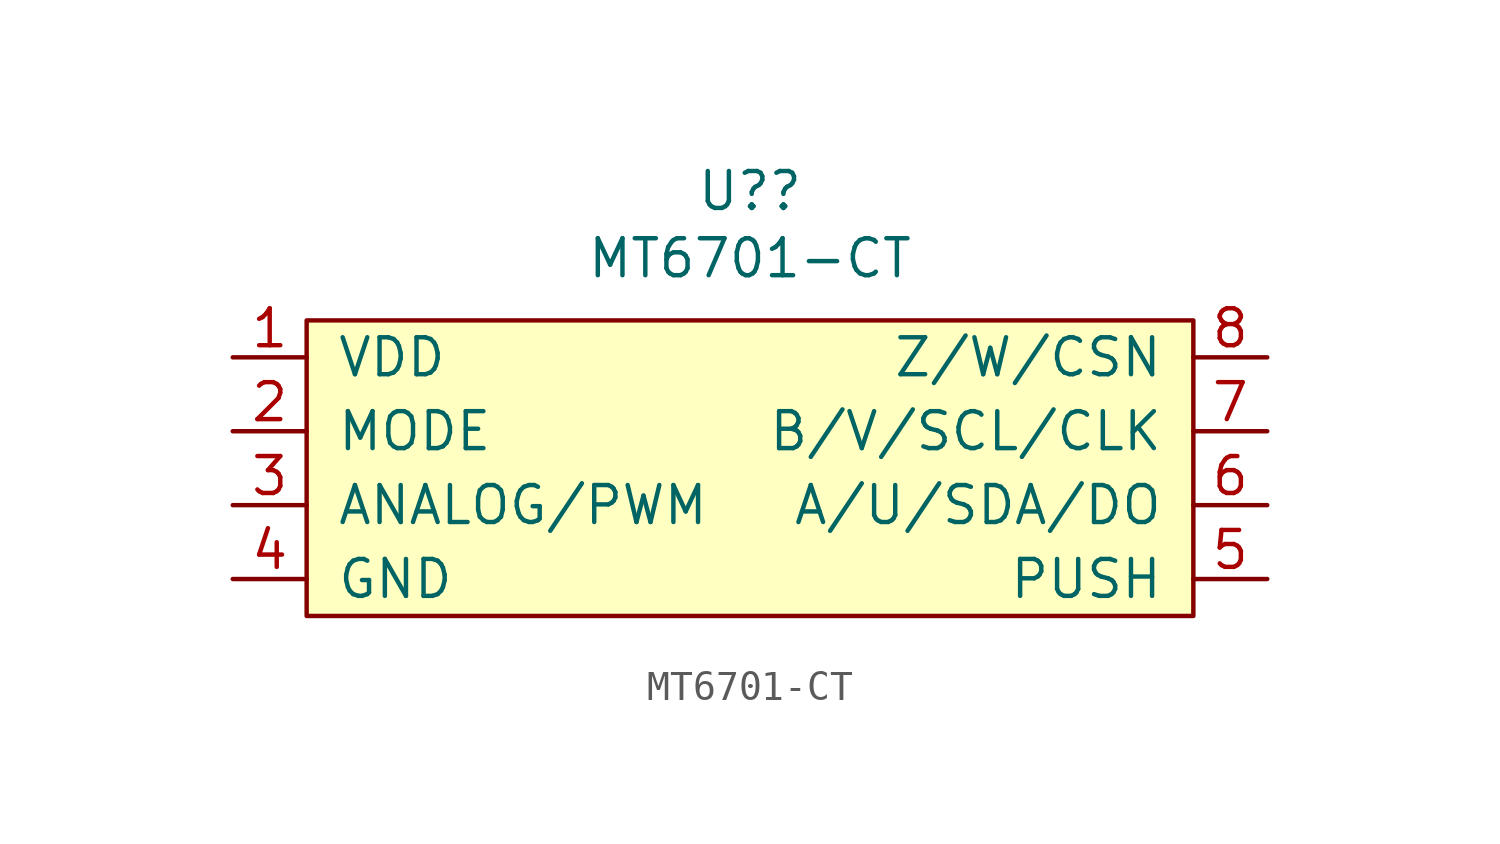
<source format=kicad_sym>
(kicad_symbol_lib
  (version 20211014)
  (generator kicad_symbol_editor)
  (symbol "MT6701-CT"
    (pin_names
      (offset 1.016))
    (property "Reference" "U?"
      (at 1.27 9.525 0)
      (effects (font (size 1.27 1.27))))
    (property "Value" "MT6701-CT"
      (at 1.27 7.214 0)
      (effects (font (size 1.27 1.27))))
    (symbol "MT6701-CT_0_1"
      (rectangle (start -13.97 5.08) (end 16.51 -5.08) (stroke (width 0) (type default) (color 0 0 0 0)) (fill (type background))))
    (symbol "MT6701-CT_1_1"
      (pin power_in line (at -16.51 3.81 0) (length 2.54) (name "VDD" (effects (font (size 1.27 1.27)))) (number "1" (effects (font (size 1.27 1.27)))))
      (pin input line (at -16.51 1.27 0) (length 2.54) (name "MODE" (effects (font (size 1.27 1.27)))) (number "2" (effects (font (size 1.27 1.27)))))
      (pin output line (at -16.51 -1.27 0) (length 2.54) (name "ANALOG/PWM" (effects (font (size 1.27 1.27)))) (number "3" (effects (font (size 1.27 1.27)))))
      (pin passive line (at -16.51 -3.81 0) (length 2.54) (name "GND" (effects (font (size 1.27 1.27)))) (number "4" (effects (font (size 1.27 1.27)))))
      (pin output line (at 19.05 -3.81 180) (length 2.54) (name "PUSH" (effects (font (size 1.27 1.27)))) (number "5" (effects (font (size 1.27 1.27)))))
      (pin bidirectional line (at 19.05 -1.27 180) (length 2.54) (name "A/U/SDA/DO" (effects (font (size 1.27 1.27)))) (number "6" (effects (font (size 1.27 1.27)))))
      (pin bidirectional line (at 19.05 1.27 180) (length 2.54) (name "B/V/SCL/CLK" (effects (font (size 1.27 1.27)))) (number "7" (effects (font (size 1.27 1.27)))))
      (pin bidirectional line (at 19.05 3.81 180) (length 2.54) (name "Z/W/CSN" (effects (font (size 1.27 1.27)))) (number "8" (effects (font (size 1.27 1.27))))))))
</source>
